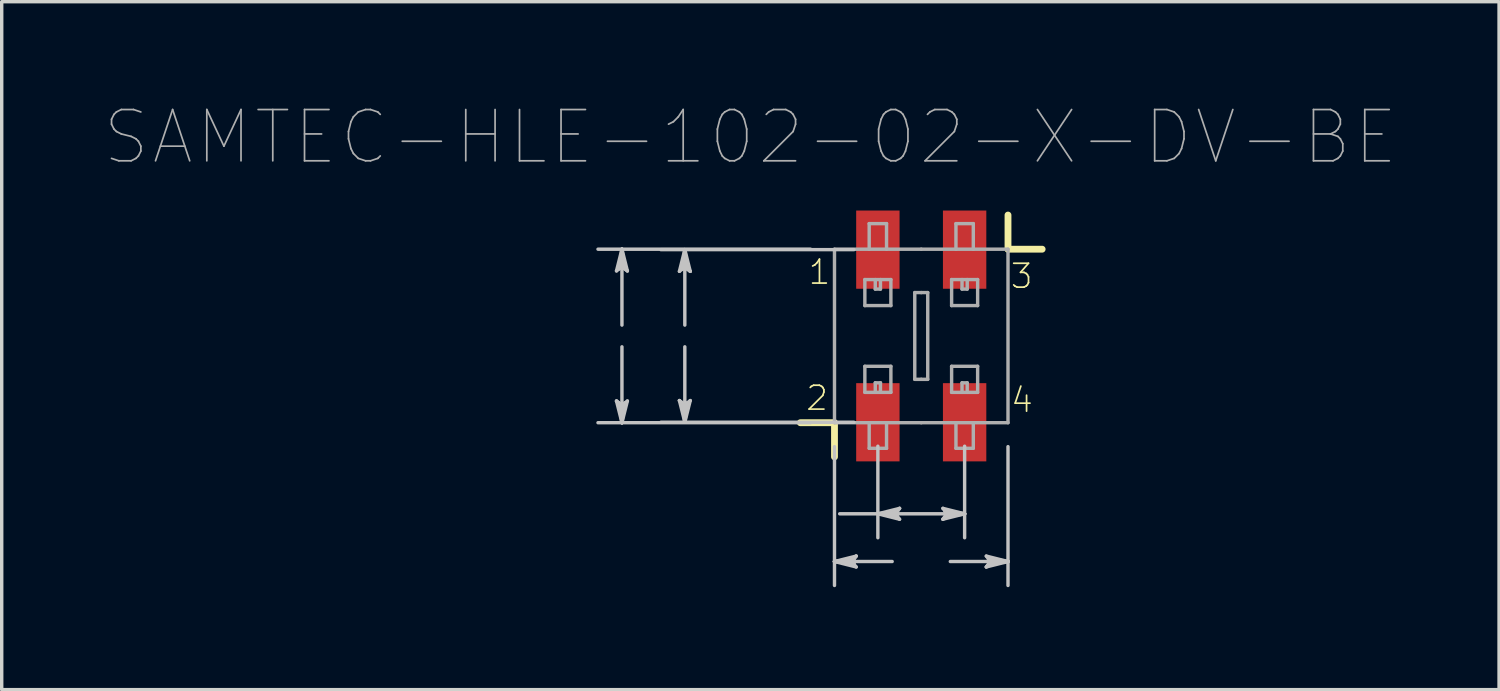
<source format=kicad_pcb>
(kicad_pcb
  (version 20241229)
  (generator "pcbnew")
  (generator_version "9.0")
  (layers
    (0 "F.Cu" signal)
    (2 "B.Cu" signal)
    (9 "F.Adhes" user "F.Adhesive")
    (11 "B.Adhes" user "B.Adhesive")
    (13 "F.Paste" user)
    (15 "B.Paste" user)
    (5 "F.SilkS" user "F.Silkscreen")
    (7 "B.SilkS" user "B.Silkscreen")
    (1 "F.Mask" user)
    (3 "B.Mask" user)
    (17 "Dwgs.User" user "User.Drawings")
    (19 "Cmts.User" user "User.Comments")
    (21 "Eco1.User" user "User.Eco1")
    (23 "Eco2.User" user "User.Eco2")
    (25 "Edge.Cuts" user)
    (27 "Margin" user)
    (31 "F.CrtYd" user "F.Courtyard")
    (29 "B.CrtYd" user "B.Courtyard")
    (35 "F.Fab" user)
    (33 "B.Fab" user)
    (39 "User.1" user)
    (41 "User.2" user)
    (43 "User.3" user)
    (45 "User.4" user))
  (footprint "SAMTEC-HLE-102-02-X-DV-BE"
    (layer "F.Cu")
    (at 23.922 6.786)
    (property "Reference" "SAMTEC-HLE-102-02-X-DV-BE" (at -5.003 -5.82 0) (layer "F.Fab") (effects (font (size 1.502 1.502) (thickness 0.05))))
    (attr smd)
    (fp_poly (pts (xy -1.96 1.331) (xy -0.584 1.331) (xy -0.584 3.73) (xy -1.96 3.73)) (stroke (width 0) (type solid)) (fill yes) (layer "F.Mask"))
    (fp_poly (pts (xy -1.957 -3.723) (xy -0.584 -3.723) (xy -0.584 -1.331) (xy -1.957 -1.331)) (stroke (width 0) (type solid)) (fill yes) (layer "F.Mask"))
    (fp_poly (pts (xy 0.585 -3.723) (xy 1.956 -3.723) (xy 1.956 -1.332) (xy 0.585 -1.332)) (stroke (width 0) (type solid)) (fill yes) (layer "F.Mask"))
    (fp_poly (pts (xy 0.585 1.331) (xy 1.956 1.331) (xy 1.956 3.729) (xy 0.585 3.729)) (stroke (width 0) (type solid)) (fill yes) (layer "F.Mask"))
    (fp_line (start -2.54 2.54) (end -3.54 2.54) (stroke (width 0.2) (type solid)) (layer "F.SilkS"))
    (fp_line (start -2.54 3.54) (end -2.54 2.54) (stroke (width 0.2) (type solid)) (layer "F.SilkS"))
    (fp_line (start 2.54 -3.54) (end 2.54 -2.54) (stroke (width 0.2) (type solid)) (layer "F.SilkS"))
    (fp_line (start 2.54 -2.54) (end 3.54 -2.54) (stroke (width 0.2) (type solid)) (layer "F.SilkS"))
    (fp_poly (pts (xy -1.906 1.382) (xy -0.635 1.382) (xy -0.635 3.675) (xy -1.906 3.675)) (stroke (width 0) (type solid)) (fill yes) (layer "F.Paste"))
    (fp_poly (pts (xy -1.906 -3.672) (xy -0.635 -3.672) (xy -0.635 -1.383) (xy -1.906 -1.383)) (stroke (width 0) (type solid)) (fill yes) (layer "F.Paste"))
    (fp_poly (pts (xy 0.636 1.382) (xy 1.905 1.382) (xy 1.905 3.675) (xy 0.636 3.675)) (stroke (width 0) (type solid)) (fill yes) (layer "F.Paste"))
    (fp_poly (pts (xy 0.636 -3.672) (xy 1.905 -3.672) (xy 1.905 -1.384) (xy 0.636 -1.384)) (stroke (width 0) (type solid)) (fill yes) (layer "F.Paste"))
    (fp_line (start -8.922 -1.905) (end -8.763 -2.032) (stroke (width 0.1) (type solid)) (layer "Dwgs.User"))
    (fp_line (start -8.922 1.905) (end -8.763 2.54) (stroke (width 0.1) (type solid)) (layer "Dwgs.User"))
    (fp_line (start -8.842 -1.968) (end -8.763 -2.032) (stroke (width 0.1) (type solid)) (layer "Dwgs.User"))
    (fp_line (start -8.842 1.968) (end -8.922 1.905) (stroke (width 0.1) (type solid)) (layer "Dwgs.User"))
    (fp_line (start -8.763 -2.54) (end -8.922 -1.905) (stroke (width 0.1) (type solid)) (layer "Dwgs.User"))
    (fp_line (start -8.763 -2.54) (end -8.842 -1.968) (stroke (width 0.1) (type solid)) (layer "Dwgs.User"))
    (fp_line (start -8.763 -2.54) (end -8.684 -1.968) (stroke (width 0.1) (type solid)) (layer "Dwgs.User"))
    (fp_line (start -8.763 -2.032) (end -8.763 -2.54) (stroke (width 0.1) (type solid)) (layer "Dwgs.User"))
    (fp_line (start -8.763 -2.032) (end -8.604 -1.905) (stroke (width 0.1) (type solid)) (layer "Dwgs.User"))
    (fp_line (start -8.763 -0.318) (end -8.763 -2.54) (stroke (width 0.1) (type solid)) (layer "Dwgs.User"))
    (fp_line (start -8.763 0.318) (end -8.763 2.54) (stroke (width 0.1) (type solid)) (layer "Dwgs.User"))
    (fp_line (start -8.763 2.032) (end -8.922 1.905) (stroke (width 0.1) (type solid)) (layer "Dwgs.User"))
    (fp_line (start -8.763 2.032) (end -8.763 2.54) (stroke (width 0.1) (type solid)) (layer "Dwgs.User"))
    (fp_line (start -8.763 2.54) (end -8.842 1.968) (stroke (width 0.1) (type solid)) (layer "Dwgs.User"))
    (fp_line (start -8.763 2.54) (end -8.684 1.968) (stroke (width 0.1) (type solid)) (layer "Dwgs.User"))
    (fp_line (start -8.763 2.54) (end -8.604 1.905) (stroke (width 0.1) (type solid)) (layer "Dwgs.User"))
    (fp_line (start -8.684 -1.968) (end -8.604 -1.905) (stroke (width 0.1) (type solid)) (layer "Dwgs.User"))
    (fp_line (start -8.684 1.968) (end -8.763 2.032) (stroke (width 0.1) (type solid)) (layer "Dwgs.User"))
    (fp_line (start -8.604 -1.905) (end -8.763 -2.54) (stroke (width 0.1) (type solid)) (layer "Dwgs.User"))
    (fp_line (start -8.604 1.905) (end -8.763 2.032) (stroke (width 0.1) (type solid)) (layer "Dwgs.User"))
    (fp_line (start -7.08 -1.892) (end -6.922 -2.019) (stroke (width 0.1) (type solid)) (layer "Dwgs.User"))
    (fp_line (start -7.08 1.892) (end -6.922 2.527) (stroke (width 0.1) (type solid)) (layer "Dwgs.User"))
    (fp_line (start -7.001 -1.956) (end -6.922 -2.019) (stroke (width 0.1) (type solid)) (layer "Dwgs.User"))
    (fp_line (start -7.001 1.956) (end -7.08 1.892) (stroke (width 0.1) (type solid)) (layer "Dwgs.User"))
    (fp_line (start -6.922 -2.527) (end -7.08 -1.892) (stroke (width 0.1) (type solid)) (layer "Dwgs.User"))
    (fp_line (start -6.922 -2.527) (end -7.001 -1.956) (stroke (width 0.1) (type solid)) (layer "Dwgs.User"))
    (fp_line (start -6.922 -2.527) (end -6.842 -1.956) (stroke (width 0.1) (type solid)) (layer "Dwgs.User"))
    (fp_line (start -6.922 -2.019) (end -6.922 -2.527) (stroke (width 0.1) (type solid)) (layer "Dwgs.User"))
    (fp_line (start -6.922 -2.019) (end -6.763 -1.892) (stroke (width 0.1) (type solid)) (layer "Dwgs.User"))
    (fp_line (start -6.922 -0.318) (end -6.922 -2.527) (stroke (width 0.1) (type solid)) (layer "Dwgs.User"))
    (fp_line (start -6.922 0.318) (end -6.922 2.527) (stroke (width 0.1) (type solid)) (layer "Dwgs.User"))
    (fp_line (start -6.922 2.019) (end -7.08 1.892) (stroke (width 0.1) (type solid)) (layer "Dwgs.User"))
    (fp_line (start -6.922 2.019) (end -6.922 2.527) (stroke (width 0.1) (type solid)) (layer "Dwgs.User"))
    (fp_line (start -6.922 2.527) (end -7.001 1.956) (stroke (width 0.1) (type solid)) (layer "Dwgs.User"))
    (fp_line (start -6.922 2.527) (end -6.842 1.956) (stroke (width 0.1) (type solid)) (layer "Dwgs.User"))
    (fp_line (start -6.922 2.527) (end -6.763 1.892) (stroke (width 0.1) (type solid)) (layer "Dwgs.User"))
    (fp_line (start -6.842 -1.956) (end -6.763 -1.892) (stroke (width 0.1) (type solid)) (layer "Dwgs.User"))
    (fp_line (start -6.842 1.956) (end -6.922 2.019) (stroke (width 0.1) (type solid)) (layer "Dwgs.User"))
    (fp_line (start -6.763 -1.892) (end -6.922 -2.527) (stroke (width 0.1) (type solid)) (layer "Dwgs.User"))
    (fp_line (start -6.763 1.892) (end -6.922 2.019) (stroke (width 0.1) (type solid)) (layer "Dwgs.User"))
    (fp_line (start -3.241 -2.54) (end -9.464 -2.54) (stroke (width 0.1) (type solid)) (layer "Dwgs.User"))
    (fp_line (start -3.241 2.54) (end -9.464 2.54) (stroke (width 0.1) (type solid)) (layer "Dwgs.User"))
    (fp_line (start -2.54 3.241) (end -2.54 7.305) (stroke (width 0.1) (type solid)) (layer "Dwgs.User"))
    (fp_line (start -2.54 6.604) (end -1.968 6.525) (stroke (width 0.1) (type solid)) (layer "Dwgs.User"))
    (fp_line (start -2.54 6.604) (end -1.968 6.683) (stroke (width 0.1) (type solid)) (layer "Dwgs.User"))
    (fp_line (start -2.54 6.604) (end -1.905 6.763) (stroke (width 0.1) (type solid)) (layer "Dwgs.User"))
    (fp_line (start -2.388 5.207) (end -1.27 5.207) (stroke (width 0.1) (type solid)) (layer "Dwgs.User"))
    (fp_line (start -2.032 6.604) (end -2.54 6.604) (stroke (width 0.1) (type solid)) (layer "Dwgs.User"))
    (fp_line (start -2.032 6.604) (end -1.905 6.445) (stroke (width 0.1) (type solid)) (layer "Dwgs.User"))
    (fp_line (start -1.971 -2.527) (end -7.623 -2.527) (stroke (width 0.1) (type solid)) (layer "Dwgs.User"))
    (fp_line (start -1.971 2.527) (end -7.623 2.527) (stroke (width 0.1) (type solid)) (layer "Dwgs.User"))
    (fp_line (start -1.968 6.525) (end -1.905 6.445) (stroke (width 0.1) (type solid)) (layer "Dwgs.User"))
    (fp_line (start -1.968 6.683) (end -2.032 6.604) (stroke (width 0.1) (type solid)) (layer "Dwgs.User"))
    (fp_line (start -1.905 6.445) (end -2.54 6.604) (stroke (width 0.1) (type solid)) (layer "Dwgs.User"))
    (fp_line (start -1.905 6.763) (end -2.032 6.604) (stroke (width 0.1) (type solid)) (layer "Dwgs.User"))
    (fp_line (start -1.27 3.228) (end -1.27 5.908) (stroke (width 0.1) (type solid)) (layer "Dwgs.User"))
    (fp_line (start -1.27 5.207) (end -0.698 5.128) (stroke (width 0.1) (type solid)) (layer "Dwgs.User"))
    (fp_line (start -1.27 5.207) (end -0.698 5.286) (stroke (width 0.1) (type solid)) (layer "Dwgs.User"))
    (fp_line (start -1.27 5.207) (end -0.635 5.366) (stroke (width 0.1) (type solid)) (layer "Dwgs.User"))
    (fp_line (start -1.27 5.207) (end 1.27 5.207) (stroke (width 0.1) (type solid)) (layer "Dwgs.User"))
    (fp_line (start -0.851 6.604) (end -2.54 6.604) (stroke (width 0.1) (type solid)) (layer "Dwgs.User"))
    (fp_line (start -0.762 5.207) (end -1.27 5.207) (stroke (width 0.1) (type solid)) (layer "Dwgs.User"))
    (fp_line (start -0.762 5.207) (end -0.635 5.048) (stroke (width 0.1) (type solid)) (layer "Dwgs.User"))
    (fp_line (start -0.698 5.128) (end -0.635 5.048) (stroke (width 0.1) (type solid)) (layer "Dwgs.User"))
    (fp_line (start -0.698 5.286) (end -0.762 5.207) (stroke (width 0.1) (type solid)) (layer "Dwgs.User"))
    (fp_line (start -0.635 5.048) (end -1.27 5.207) (stroke (width 0.1) (type solid)) (layer "Dwgs.User"))
    (fp_line (start -0.635 5.366) (end -0.762 5.207) (stroke (width 0.1) (type solid)) (layer "Dwgs.User"))
    (fp_line (start 0.635 5.048) (end 0.762 5.207) (stroke (width 0.1) (type solid)) (layer "Dwgs.User"))
    (fp_line (start 0.635 5.366) (end 1.27 5.207) (stroke (width 0.1) (type solid)) (layer "Dwgs.User"))
    (fp_line (start 0.698 5.128) (end 0.762 5.207) (stroke (width 0.1) (type solid)) (layer "Dwgs.User"))
    (fp_line (start 0.698 5.286) (end 0.635 5.366) (stroke (width 0.1) (type solid)) (layer "Dwgs.User"))
    (fp_line (start 0.762 5.207) (end 0.635 5.366) (stroke (width 0.1) (type solid)) (layer "Dwgs.User"))
    (fp_line (start 0.762 5.207) (end 1.27 5.207) (stroke (width 0.1) (type solid)) (layer "Dwgs.User"))
    (fp_line (start 0.851 6.604) (end 2.54 6.604) (stroke (width 0.1) (type solid)) (layer "Dwgs.User"))
    (fp_line (start 1.27 3.228) (end 1.27 5.908) (stroke (width 0.1) (type solid)) (layer "Dwgs.User"))
    (fp_line (start 1.27 5.207) (end 0.635 5.048) (stroke (width 0.1) (type solid)) (layer "Dwgs.User"))
    (fp_line (start 1.27 5.207) (end 0.698 5.128) (stroke (width 0.1) (type solid)) (layer "Dwgs.User"))
    (fp_line (start 1.27 5.207) (end 0.698 5.286) (stroke (width 0.1) (type solid)) (layer "Dwgs.User"))
    (fp_line (start 1.905 6.445) (end 2.032 6.604) (stroke (width 0.1) (type solid)) (layer "Dwgs.User"))
    (fp_line (start 1.905 6.763) (end 2.54 6.604) (stroke (width 0.1) (type solid)) (layer "Dwgs.User"))
    (fp_line (start 1.968 6.525) (end 2.032 6.604) (stroke (width 0.1) (type solid)) (layer "Dwgs.User"))
    (fp_line (start 1.968 6.683) (end 1.905 6.763) (stroke (width 0.1) (type solid)) (layer "Dwgs.User"))
    (fp_line (start 2.032 6.604) (end 1.905 6.763) (stroke (width 0.1) (type solid)) (layer "Dwgs.User"))
    (fp_line (start 2.032 6.604) (end 2.54 6.604) (stroke (width 0.1) (type solid)) (layer "Dwgs.User"))
    (fp_line (start 2.54 3.241) (end 2.54 7.305) (stroke (width 0.1) (type solid)) (layer "Dwgs.User"))
    (fp_line (start 2.54 6.604) (end 1.905 6.445) (stroke (width 0.1) (type solid)) (layer "Dwgs.User"))
    (fp_line (start 2.54 6.604) (end 1.968 6.525) (stroke (width 0.1) (type solid)) (layer "Dwgs.User"))
    (fp_line (start 2.54 6.604) (end 1.968 6.683) (stroke (width 0.1) (type solid)) (layer "Dwgs.User"))
    (fp_line (start -2.54 -2.54) (end 0 -2.54) (stroke (width 0.1) (type solid)) (layer "F.Fab"))
    (fp_line (start -2.54 2.54) (end -2.54 -2.54) (stroke (width 0.1) (type solid)) (layer "F.Fab"))
    (fp_line (start -1.651 -1.651) (end -0.889 -1.651) (stroke (width 0.1) (type solid)) (layer "F.Fab"))
    (fp_line (start -1.651 -0.889) (end -1.651 -1.651) (stroke (width 0.1) (type solid)) (layer "F.Fab"))
    (fp_line (start -1.651 0.889) (end -0.889 0.889) (stroke (width 0.1) (type solid)) (layer "F.Fab"))
    (fp_line (start -1.651 1.651) (end -1.651 0.889) (stroke (width 0.1) (type solid)) (layer "F.Fab"))
    (fp_line (start -1.524 -3.289) (end -1.016 -3.289) (stroke (width 0.1) (type solid)) (layer "F.Fab"))
    (fp_line (start -1.524 -2.54) (end -1.524 -3.289) (stroke (width 0.1) (type solid)) (layer "F.Fab"))
    (fp_line (start -1.524 3.289) (end -1.524 2.54) (stroke (width 0.1) (type solid)) (layer "F.Fab"))
    (fp_line (start -1.346 -1.651) (end -1.346 -1.372) (stroke (width 0.1) (type solid)) (layer "F.Fab"))
    (fp_line (start -1.346 -1.372) (end -1.194 -1.372) (stroke (width 0.1) (type solid)) (layer "F.Fab"))
    (fp_line (start -1.346 1.372) (end -1.194 1.372) (stroke (width 0.1) (type solid)) (layer "F.Fab"))
    (fp_line (start -1.346 1.651) (end -1.346 1.372) (stroke (width 0.1) (type solid)) (layer "F.Fab"))
    (fp_line (start -1.194 -1.372) (end -1.194 -1.651) (stroke (width 0.1) (type solid)) (layer "F.Fab"))
    (fp_line (start -1.194 1.372) (end -1.194 1.651) (stroke (width 0.1) (type solid)) (layer "F.Fab"))
    (fp_line (start -1.016 -3.289) (end -1.016 -2.54) (stroke (width 0.1) (type solid)) (layer "F.Fab"))
    (fp_line (start -1.016 2.54) (end -1.016 3.289) (stroke (width 0.1) (type solid)) (layer "F.Fab"))
    (fp_line (start -1.016 3.289) (end -1.524 3.289) (stroke (width 0.1) (type solid)) (layer "F.Fab"))
    (fp_line (start -0.889 -1.651) (end -0.889 -0.889) (stroke (width 0.1) (type solid)) (layer "F.Fab"))
    (fp_line (start -0.889 -0.889) (end -1.651 -0.889) (stroke (width 0.1) (type solid)) (layer "F.Fab"))
    (fp_line (start -0.889 0.889) (end -0.889 1.651) (stroke (width 0.1) (type solid)) (layer "F.Fab"))
    (fp_line (start -0.889 1.651) (end -1.651 1.651) (stroke (width 0.1) (type solid)) (layer "F.Fab"))
    (fp_line (start -0.19 -1.27) (end 0 -1.27) (stroke (width 0.1) (type solid)) (layer "F.Fab"))
    (fp_line (start -0.19 1.27) (end -0.19 -1.27) (stroke (width 0.1) (type solid)) (layer "F.Fab"))
    (fp_line (start 0 1.27) (end -0.19 1.27) (stroke (width 0.1) (type solid)) (layer "F.Fab"))
    (fp_line (start 0 1.27) (end 0.19 1.27) (stroke (width 0.1) (type solid)) (layer "F.Fab"))
    (fp_line (start 0 2.54) (end -2.54 2.54) (stroke (width 0.1) (type solid)) (layer "F.Fab"))
    (fp_line (start 0 2.54) (end 2.54 2.54) (stroke (width 0.1) (type solid)) (layer "F.Fab"))
    (fp_line (start 0.19 -1.27) (end 0 -1.27) (stroke (width 0.1) (type solid)) (layer "F.Fab"))
    (fp_line (start 0.19 1.27) (end 0.19 -1.27) (stroke (width 0.1) (type solid)) (layer "F.Fab"))
    (fp_line (start 0.889 -1.651) (end 0.889 -0.889) (stroke (width 0.1) (type solid)) (layer "F.Fab"))
    (fp_line (start 0.889 -0.889) (end 1.651 -0.889) (stroke (width 0.1) (type solid)) (layer "F.Fab"))
    (fp_line (start 0.889 0.889) (end 0.889 1.651) (stroke (width 0.1) (type solid)) (layer "F.Fab"))
    (fp_line (start 0.889 1.651) (end 1.651 1.651) (stroke (width 0.1) (type solid)) (layer "F.Fab"))
    (fp_line (start 1.016 -3.289) (end 1.016 -2.54) (stroke (width 0.1) (type solid)) (layer "F.Fab"))
    (fp_line (start 1.016 2.54) (end 1.016 3.289) (stroke (width 0.1) (type solid)) (layer "F.Fab"))
    (fp_line (start 1.016 3.289) (end 1.524 3.289) (stroke (width 0.1) (type solid)) (layer "F.Fab"))
    (fp_line (start 1.194 -1.372) (end 1.194 -1.651) (stroke (width 0.1) (type solid)) (layer "F.Fab"))
    (fp_line (start 1.194 1.372) (end 1.194 1.651) (stroke (width 0.1) (type solid)) (layer "F.Fab"))
    (fp_line (start 1.346 -1.651) (end 1.346 -1.372) (stroke (width 0.1) (type solid)) (layer "F.Fab"))
    (fp_line (start 1.346 -1.372) (end 1.194 -1.372) (stroke (width 0.1) (type solid)) (layer "F.Fab"))
    (fp_line (start 1.346 1.372) (end 1.194 1.372) (stroke (width 0.1) (type solid)) (layer "F.Fab"))
    (fp_line (start 1.346 1.651) (end 1.346 1.372) (stroke (width 0.1) (type solid)) (layer "F.Fab"))
    (fp_line (start 1.524 -3.289) (end 1.016 -3.289) (stroke (width 0.1) (type solid)) (layer "F.Fab"))
    (fp_line (start 1.524 -2.54) (end 1.524 -3.289) (stroke (width 0.1) (type solid)) (layer "F.Fab"))
    (fp_line (start 1.524 3.289) (end 1.524 2.54) (stroke (width 0.1) (type solid)) (layer "F.Fab"))
    (fp_line (start 1.651 -1.651) (end 0.889 -1.651) (stroke (width 0.1) (type solid)) (layer "F.Fab"))
    (fp_line (start 1.651 -0.889) (end 1.651 -1.651) (stroke (width 0.1) (type solid)) (layer "F.Fab"))
    (fp_line (start 1.651 0.889) (end 0.889 0.889) (stroke (width 0.1) (type solid)) (layer "F.Fab"))
    (fp_line (start 1.651 1.651) (end 1.651 0.889) (stroke (width 0.1) (type solid)) (layer "F.Fab"))
    (fp_line (start 2.54 -2.54) (end 0 -2.54) (stroke (width 0.1) (type solid)) (layer "F.Fab"))
    (fp_line (start 2.54 2.54) (end 2.54 -2.54) (stroke (width 0.1) (type solid)) (layer "F.Fab"))
    (fp_text user "3" (at 2.94 -1.75 0) (layer "F.SilkS") (effects (font (size 0.7 0.7) (thickness 0.05))))
    (fp_text user "1" (at -2.98 -1.87 0) (layer "F.SilkS") (effects (font (size 0.7 0.7) (thickness 0.05))))
    (fp_text user "2" (at -3.05 1.82 0) (layer "F.SilkS") (effects (font (size 0.7 0.7) (thickness 0.05))))
    (fp_text user "4" (at 2.95 1.88 0) (layer "F.SilkS") (effects (font (size 0.7 0.7) (thickness 0.05))))
    (pad "1" smd rect (at -1.27 -2.527) (size 1.27 2.29) (layers "F.Cu" "F.Mask" "F.Paste"))
    (pad "2" smd rect (at -1.27 2.527) (size 1.27 2.29) (layers "F.Cu" "F.Mask" "F.Paste"))
    (pad "3" smd rect (at 1.27 -2.527) (size 1.27 2.29) (layers "F.Cu" "F.Mask"))
    (pad "4" smd rect (at 1.27 2.527) (size 1.27 2.29) (layers "F.Cu" "F.Mask" "F.Paste")))
  (gr_rect
    (start -3 -3)
    (end 40.839 17.141)
    (stroke (width 0.1) (type default))
    (fill no)
    (layer "Edge.Cuts")))
</source>
